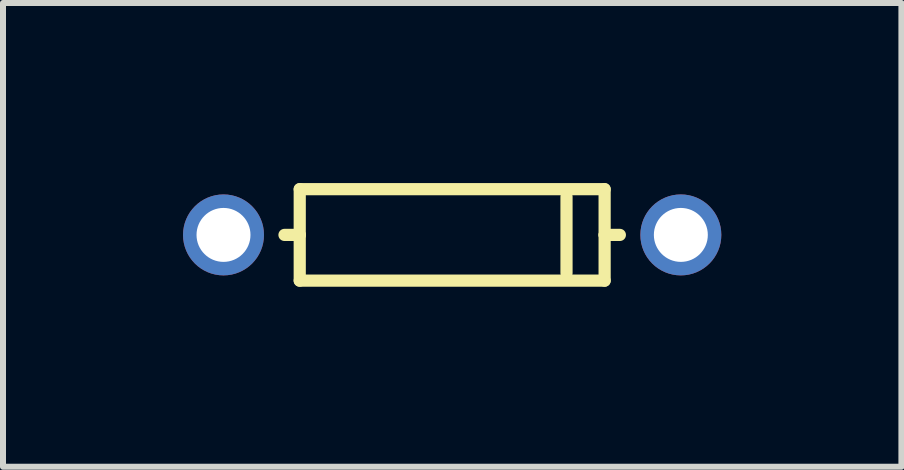
<source format=kicad_pcb>
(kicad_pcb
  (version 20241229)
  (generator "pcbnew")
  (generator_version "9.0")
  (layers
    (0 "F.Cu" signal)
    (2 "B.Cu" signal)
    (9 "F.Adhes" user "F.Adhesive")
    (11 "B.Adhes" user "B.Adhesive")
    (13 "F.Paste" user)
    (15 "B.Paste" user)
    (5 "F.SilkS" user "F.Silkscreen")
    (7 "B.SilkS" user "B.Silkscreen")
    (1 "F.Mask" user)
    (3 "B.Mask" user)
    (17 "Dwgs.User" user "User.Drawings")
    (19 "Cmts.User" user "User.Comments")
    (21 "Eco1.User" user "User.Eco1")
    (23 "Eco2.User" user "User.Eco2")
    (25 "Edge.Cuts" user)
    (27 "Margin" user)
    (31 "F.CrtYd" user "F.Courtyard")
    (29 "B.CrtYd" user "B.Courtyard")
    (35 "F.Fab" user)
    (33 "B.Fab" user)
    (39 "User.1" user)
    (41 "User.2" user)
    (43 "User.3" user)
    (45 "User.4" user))
  (footprint "DIODE-1N4148"
    (layer "F.Cu")
    (at 4.484 0.864)
    (property "Reference" "DIODE-1N4148" (at 0 0 0) (layer "Eco1.User") (effects (font (size 0.6 0.6) (thickness 0.1))))
    (attr through_hole)
    (fp_line (start -2.54 -0.762) (end 2.54 -0.762) (stroke (width 0.203) (type solid)) (layer "F.SilkS"))
    (fp_line (start -2.54 0) (end -2.794 0) (stroke (width 0.203) (type solid)) (layer "F.SilkS"))
    (fp_line (start -2.54 0) (end -2.54 -0.762) (stroke (width 0.203) (type solid)) (layer "F.SilkS"))
    (fp_line (start -2.54 0.762) (end -2.54 0) (stroke (width 0.203) (type solid)) (layer "F.SilkS"))
    (fp_line (start 1.905 -0.635) (end 1.905 0.635) (stroke (width 0.203) (type solid)) (layer "F.SilkS"))
    (fp_line (start 2.54 -0.762) (end 2.54 0) (stroke (width 0.203) (type solid)) (layer "F.SilkS"))
    (fp_line (start 2.54 0) (end 2.54 0.762) (stroke (width 0.203) (type solid)) (layer "F.SilkS"))
    (fp_line (start 2.54 0) (end 2.794 0) (stroke (width 0.203) (type solid)) (layer "F.SilkS"))
    (fp_line (start 2.54 0.762) (end -2.54 0.762) (stroke (width 0.203) (type solid)) (layer "F.SilkS"))
    (pad "A" thru_hole oval (at -3.81 0) (size 1.349 1.349) (drill 0.899) (layers "*.Cu" "*.Mask"))
    (pad "K" thru_hole oval (at 3.81 0) (size 1.349 1.349) (drill 0.899) (layers "*.Cu" "*.Mask")))
  (gr_rect
    (start -3 -3)
    (end 11.969 4.727)
    (stroke (width 0.1) (type default))
    (fill no)
    (layer "Edge.Cuts")))
</source>
